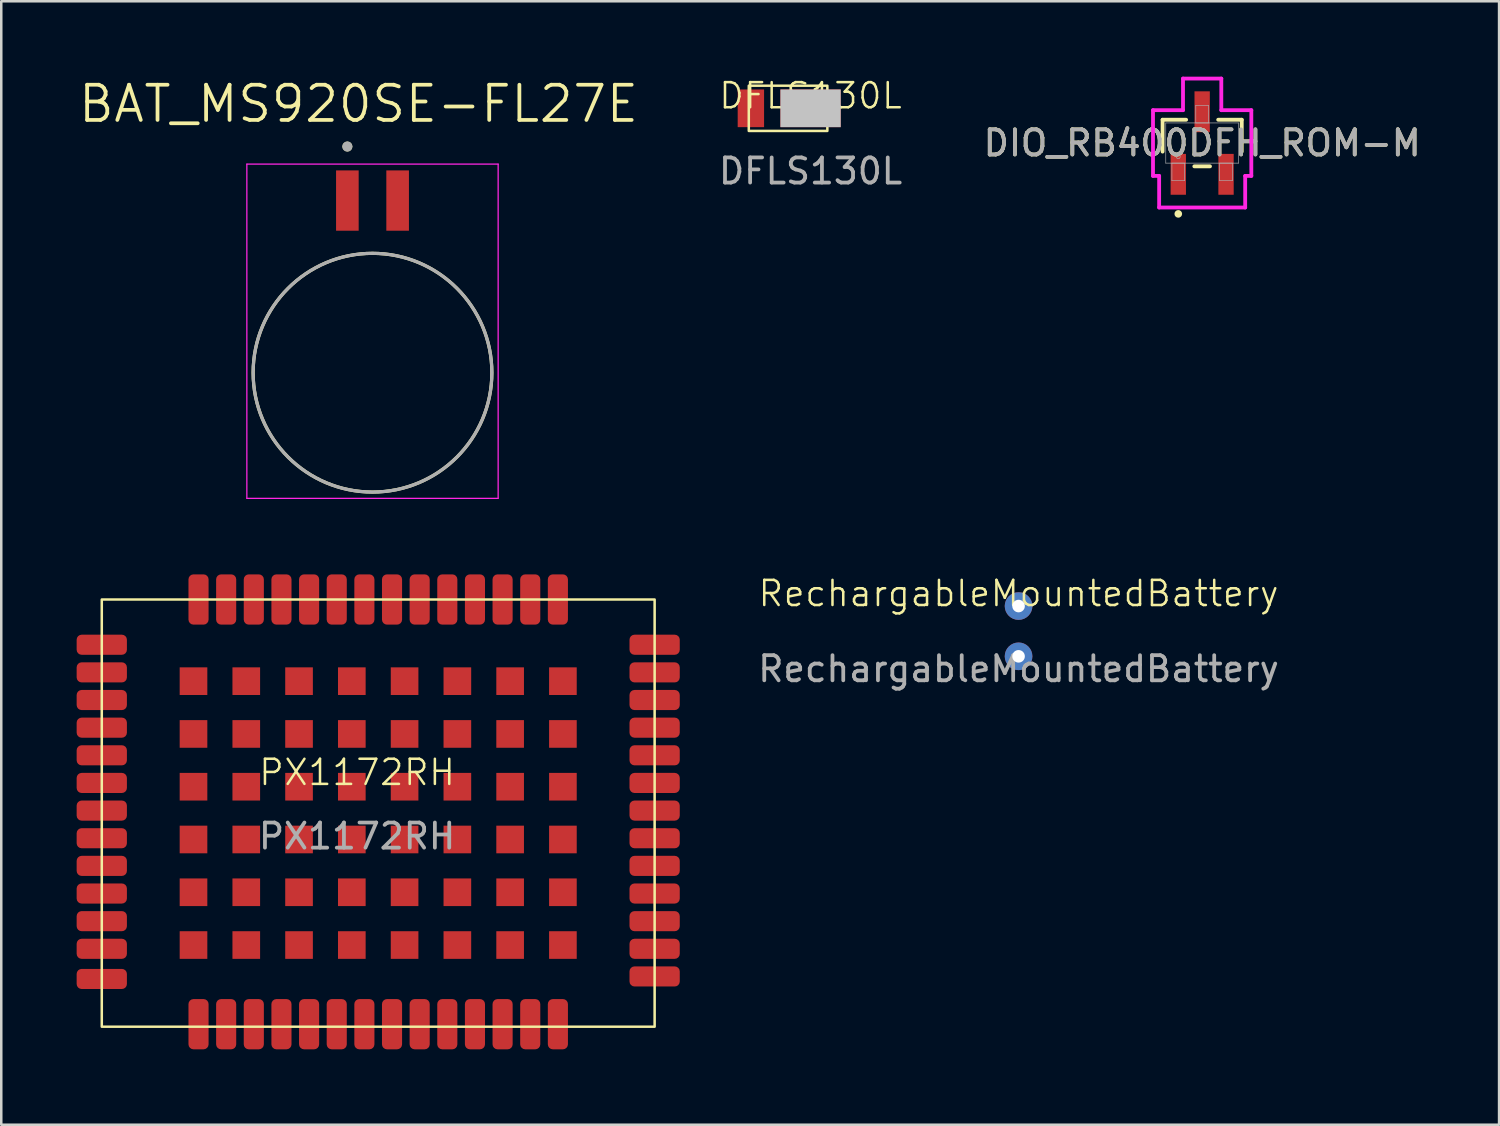
<source format=kicad_pcb>
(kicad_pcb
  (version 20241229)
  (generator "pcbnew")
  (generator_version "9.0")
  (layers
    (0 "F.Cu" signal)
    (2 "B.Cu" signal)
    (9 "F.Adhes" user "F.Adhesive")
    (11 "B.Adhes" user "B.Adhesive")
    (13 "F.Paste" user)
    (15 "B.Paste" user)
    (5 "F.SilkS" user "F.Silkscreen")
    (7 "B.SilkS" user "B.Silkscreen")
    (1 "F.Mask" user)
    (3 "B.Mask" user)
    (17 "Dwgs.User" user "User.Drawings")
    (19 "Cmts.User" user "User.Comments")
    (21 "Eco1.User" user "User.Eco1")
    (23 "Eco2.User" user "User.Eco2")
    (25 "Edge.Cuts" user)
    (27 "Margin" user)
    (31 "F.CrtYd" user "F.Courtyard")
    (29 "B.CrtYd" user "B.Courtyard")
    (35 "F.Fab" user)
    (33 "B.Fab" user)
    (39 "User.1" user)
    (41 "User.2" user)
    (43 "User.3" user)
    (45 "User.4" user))
  (footprint "BAT_MS920SE-FL27E"
    (layer "F.Cu")
    (at 11.773 11.781)
    (property "Reference" "BAT_MS920SE-FL27E" (at -0.555 -10.699 0) (layer "F.SilkS") (effects (font (size 1.4 1.4) (thickness 0.15))))
    (attr smd)
    (fp_circle (center -1 -9) (end -0.9 -9) (stroke (width 0.2) (type solid)) (fill no) (layer "F.SilkS"))
    (fp_circle (center 0 0) (end 4.75 0) (stroke (width 0.127) (type solid)) (fill no) (layer "F.SilkS"))
    (fp_line (start -5 -8.3) (end 5 -8.3) (stroke (width 0.05) (type solid)) (layer "F.CrtYd"))
    (fp_line (start -5 5) (end -5 -8.3) (stroke (width 0.05) (type solid)) (layer "F.CrtYd"))
    (fp_line (start 5 -8.3) (end 5 5) (stroke (width 0.05) (type solid)) (layer "F.CrtYd"))
    (fp_line (start 5 5) (end -5 5) (stroke (width 0.05) (type solid)) (layer "F.CrtYd"))
    (fp_circle (center -1 -9) (end -0.9 -9) (stroke (width 0.2) (type solid)) (fill no) (layer "F.Fab"))
    (fp_circle (center 0 0) (end 4.75 0) (stroke (width 0.127) (type solid)) (fill no) (layer "F.Fab"))
    (pad "N" smd rect (at 1 -6.85 90) (size 2.4 0.9) (layers "F.Cu" "F.Mask" "F.Paste"))
    (pad "P" smd rect (at -1 -6.85 90) (size 2.4 0.9) (layers "F.Cu" "F.Mask" "F.Paste")))
  (footprint "DFLS130L"
    (layer "F.Cu")
    (at 29.205 1.26)
    (property "Reference" "DFLS130L" (at 0 -0.5 0) (unlocked yes) (layer "F.SilkS") (effects (font (size 1 1) (thickness 0.1))))
    (attr smd)
    (fp_rect (start -2.458 -0.9) (end 0.668 0.9) (stroke (width 0.1) (type default)) (fill no) (layer "F.SilkS"))
    (fp_text user "${REFERENCE}" (at 0 2.5 0) (unlocked yes) (layer "F.Fab") (effects (font (size 1 1) (thickness 0.15))))
    (pad "1" smd rect (at 0 0) (size 2.4 1.5) (layers "F.Cu" "F.Mask" "F.Paste" "Dwgs.User"))
    (pad "2" smd rect (at -2.375 0) (size 1.05 1.5) (layers "F.Cu" "F.Mask" "F.Paste")))
  (footprint "DIO_RB400DFH_ROM-M"
    (layer "F.Cu")
    (at 44.788 2.642)
    (property "Reference" "DIO_RB400DFH_ROM-M" (at 0 0 0) (unlocked yes) (layer "F.SilkS") (effects (font (size 1 1) (thickness 0.15))))
    (attr smd)
    (fp_line (start -1.575 -0.927) (end -1.575 0.341) (stroke (width 0.152) (type solid)) (layer "F.SilkS"))
    (fp_line (start -0.638 -0.927) (end -1.575 -0.927) (stroke (width 0.152) (type solid)) (layer "F.SilkS"))
    (fp_line (start -0.312 0.927) (end 0.312 0.927) (stroke (width 0.152) (type solid)) (layer "F.SilkS"))
    (fp_line (start 1.575 -0.927) (end 0.638 -0.927) (stroke (width 0.152) (type solid)) (layer "F.SilkS"))
    (fp_line (start 1.575 0.341) (end 1.575 -0.927) (stroke (width 0.152) (type solid)) (layer "F.SilkS"))
    (fp_circle (center -0.95 2.819) (end -0.874 2.819) (stroke (width 0.152) (type solid)) (fill no) (layer "F.SilkS"))
    (fp_line (start -1.956 -1.308) (end -0.762 -1.308) (stroke (width 0.152) (type solid)) (layer "F.CrtYd"))
    (fp_line (start -1.956 1.308) (end -1.956 -1.308) (stroke (width 0.152) (type solid)) (layer "F.CrtYd"))
    (fp_line (start -1.956 1.308) (end -1.712 1.308) (stroke (width 0.152) (type solid)) (layer "F.CrtYd"))
    (fp_line (start -1.712 1.308) (end -1.712 2.565) (stroke (width 0.152) (type solid)) (layer "F.CrtYd"))
    (fp_line (start -1.712 2.565) (end 1.712 2.565) (stroke (width 0.152) (type solid)) (layer "F.CrtYd"))
    (fp_line (start -0.762 -2.565) (end 0.762 -2.565) (stroke (width 0.152) (type solid)) (layer "F.CrtYd"))
    (fp_line (start -0.762 -1.308) (end -0.762 -2.565) (stroke (width 0.152) (type solid)) (layer "F.CrtYd"))
    (fp_line (start 0.762 -1.308) (end 0.762 -2.565) (stroke (width 0.152) (type solid)) (layer "F.CrtYd"))
    (fp_line (start 1.712 1.308) (end 1.712 2.565) (stroke (width 0.152) (type solid)) (layer "F.CrtYd"))
    (fp_line (start 1.956 -1.308) (end 0.762 -1.308) (stroke (width 0.152) (type solid)) (layer "F.CrtYd"))
    (fp_line (start 1.956 -1.308) (end 1.956 1.308) (stroke (width 0.152) (type solid)) (layer "F.CrtYd"))
    (fp_line (start 1.956 1.308) (end 1.712 1.308) (stroke (width 0.152) (type solid)) (layer "F.CrtYd"))
    (fp_line (start -1.448 -0.8) (end -1.448 0.8) (stroke (width 0.025) (type solid)) (layer "F.Fab"))
    (fp_line (start -1.448 0.8) (end 1.448 0.8) (stroke (width 0.025) (type solid)) (layer "F.Fab"))
    (fp_line (start -1.204 0.8) (end -1.204 1.499) (stroke (width 0.025) (type solid)) (layer "F.Fab"))
    (fp_line (start -1.204 1.499) (end -0.696 1.499) (stroke (width 0.025) (type solid)) (layer "F.Fab"))
    (fp_line (start -0.696 0.8) (end -1.204 0.8) (stroke (width 0.025) (type solid)) (layer "F.Fab"))
    (fp_line (start -0.696 1.499) (end -0.696 0.8) (stroke (width 0.025) (type solid)) (layer "F.Fab"))
    (fp_line (start -0.254 -1.499) (end -0.254 -0.8) (stroke (width 0.025) (type solid)) (layer "F.Fab"))
    (fp_line (start -0.254 -0.8) (end 0.254 -0.8) (stroke (width 0.025) (type solid)) (layer "F.Fab"))
    (fp_line (start 0.254 -1.499) (end -0.254 -1.499) (stroke (width 0.025) (type solid)) (layer "F.Fab"))
    (fp_line (start 0.254 -0.8) (end 0.254 -1.499) (stroke (width 0.025) (type solid)) (layer "F.Fab"))
    (fp_line (start 0.696 0.8) (end 0.696 1.499) (stroke (width 0.025) (type solid)) (layer "F.Fab"))
    (fp_line (start 0.696 1.499) (end 1.204 1.499) (stroke (width 0.025) (type solid)) (layer "F.Fab"))
    (fp_line (start 1.204 0.8) (end 0.696 0.8) (stroke (width 0.025) (type solid)) (layer "F.Fab"))
    (fp_line (start 1.204 1.499) (end 1.204 0.8) (stroke (width 0.025) (type solid)) (layer "F.Fab"))
    (fp_line (start 1.448 -0.8) (end -1.448 -0.8) (stroke (width 0.025) (type solid)) (layer "F.Fab"))
    (fp_line (start 1.448 0.8) (end 1.448 -0.8) (stroke (width 0.025) (type solid)) (layer "F.Fab"))
    (fp_circle (center -0.95 0.546) (end -0.874 0.546) (stroke (width 0.025) (type solid)) (fill no) (layer "F.Fab"))
    (fp_text user "${REFERENCE}" (at 0 0 0) (unlocked yes) (layer "F.Fab") (effects (font (size 1 1) (thickness 0.15))))
    (pad "1" smd rect (at -0.95 1.245) (size 0.61 1.626) (layers "F.Cu" "F.Mask" "F.Paste"))
    (pad "2" smd rect (at 0.95 1.245) (size 0.61 1.626) (layers "F.Cu" "F.Mask" "F.Paste"))
    (pad "3" smd rect (at 0 -1.245) (size 0.61 1.626) (layers "F.Cu" "F.Mask" "F.Paste")))
  (footprint "RechargableMountedBattery"
    (layer "F.Cu")
    (at 37.482 21.067)
    (property "Reference" "RechargableMountedBattery" (at 0 -0.5 0) (unlocked yes) (layer "F.SilkS") (effects (font (size 1 1) (thickness 0.1))))
    (attr smd)
    (fp_text user "${REFERENCE}" (at 0 2.5 0) (unlocked yes) (layer "F.Fab") (effects (font (size 1 1) (thickness 0.15))))
    (pad "1" thru_hole circle (at 0 0) (size 1.1 1.1) (drill 0.5) (layers "*.Cu" "*.Mask"))
    (pad "1" thru_hole circle (at 0 2) (size 1.1 1.1) (drill 0.5) (layers "*.Cu" "*.Mask")))
  (footprint "PX1172RH"
    (layer "F.Cu")
    (at 1 22.606)
    (property "Reference" "PX1172RH" (at 10.16 5.08 0) (unlocked yes) (layer "F.SilkS") (effects (font (size 1 1) (thickness 0.1))))
    (attr smd)
    (fp_rect (start 0 -1.8) (end 22 15.2) (stroke (width 0.1) (type default)) (fill no) (layer "F.SilkS"))
    (fp_text user "${REFERENCE}" (at 10.16 7.62 0) (unlocked yes) (layer "F.Fab") (effects (font (size 1 1) (thickness 0.15))))
    (pad "1" smd roundrect (at 3.85 15.1 90) (size 2 0.8) (layers "F.Cu" "F.Mask" "F.Paste") (roundrect_rratio 0.25))
    (pad "1$" smd rect (at 3.65 1.45) (size 1.1 1.1) (layers "F.Cu" "F.Mask" "F.Paste"))
    (pad "1$" smd rect (at 3.65 3.55) (size 1.1 1.1) (layers "F.Cu" "F.Mask" "F.Paste"))
    (pad "1$" smd rect (at 3.65 5.65) (size 1.1 1.1) (layers "F.Cu" "F.Mask" "F.Paste"))
    (pad "1$" smd rect (at 3.65 7.75) (size 1.1 1.1) (layers "F.Cu" "F.Mask" "F.Paste"))
    (pad "1$" smd rect (at 3.65 9.85) (size 1.1 1.1) (layers "F.Cu" "F.Mask" "F.Paste"))
    (pad "1$" smd rect (at 3.65 11.95) (size 1.1 1.1) (layers "F.Cu" "F.Mask" "F.Paste"))
    (pad "1$" smd rect (at 5.75 1.45) (size 1.1 1.1) (layers "F.Cu" "F.Mask" "F.Paste"))
    (pad "1$" smd rect (at 5.75 3.55) (size 1.1 1.1) (layers "F.Cu" "F.Mask" "F.Paste"))
    (pad "1$" smd rect (at 5.75 5.65) (size 1.1 1.1) (layers "F.Cu" "F.Mask" "F.Paste"))
    (pad "1$" smd rect (at 5.75 7.75) (size 1.1 1.1) (layers "F.Cu" "F.Mask" "F.Paste"))
    (pad "1$" smd rect (at 5.75 9.85) (size 1.1 1.1) (layers "F.Cu" "F.Mask" "F.Paste"))
    (pad "1$" smd rect (at 5.75 11.95) (size 1.1 1.1) (layers "F.Cu" "F.Mask" "F.Paste"))
    (pad "1$" smd rect (at 7.85 1.45) (size 1.1 1.1) (layers "F.Cu" "F.Mask" "F.Paste"))
    (pad "1$" smd rect (at 7.85 3.55) (size 1.1 1.1) (layers "F.Cu" "F.Mask" "F.Paste"))
    (pad "1$" smd rect (at 7.85 5.65) (size 1.1 1.1) (layers "F.Cu" "F.Mask" "F.Paste"))
    (pad "1$" smd rect (at 7.85 7.75) (size 1.1 1.1) (layers "F.Cu" "F.Mask" "F.Paste"))
    (pad "1$" smd rect (at 7.85 9.85) (size 1.1 1.1) (layers "F.Cu" "F.Mask" "F.Paste"))
    (pad "1$" smd rect (at 7.85 11.95) (size 1.1 1.1) (layers "F.Cu" "F.Mask" "F.Paste"))
    (pad "1$" smd rect (at 9.95 1.45) (size 1.1 1.1) (layers "F.Cu" "F.Mask" "F.Paste"))
    (pad "1$" smd rect (at 9.95 3.55) (size 1.1 1.1) (layers "F.Cu" "F.Mask" "F.Paste"))
    (pad "1$" smd rect (at 9.95 5.65) (size 1.1 1.1) (layers "F.Cu" "F.Mask" "F.Paste"))
    (pad "1$" smd rect (at 9.95 7.75) (size 1.1 1.1) (layers "F.Cu" "F.Mask" "F.Paste"))
    (pad "1$" smd rect (at 9.95 9.85) (size 1.1 1.1) (layers "F.Cu" "F.Mask" "F.Paste"))
    (pad "1$" smd rect (at 9.95 11.95) (size 1.1 1.1) (layers "F.Cu" "F.Mask" "F.Paste"))
    (pad "1$" smd rect (at 12.05 1.45) (size 1.1 1.1) (layers "F.Cu" "F.Mask" "F.Paste"))
    (pad "1$" smd rect (at 12.05 3.55) (size 1.1 1.1) (layers "*.Paste" "F.Cu" "F.Mask"))
    (pad "1$" smd rect (at 12.05 5.65) (size 1.1 1.1) (layers "F.Cu" "F.Mask" "F.Paste"))
    (pad "1$" smd rect (at 12.05 7.75) (size 1.1 1.1) (layers "F.Cu" "F.Mask" "F.Paste"))
    (pad "1$" smd rect (at 12.05 9.85) (size 1.1 1.1) (layers "F.Cu" "F.Mask" "F.Paste"))
    (pad "1$" smd rect (at 12.05 11.95) (size 1.1 1.1) (layers "F.Cu" "F.Mask" "F.Paste"))
    (pad "1$" smd rect (at 14.15 1.45) (size 1.1 1.1) (layers "F.Cu" "F.Mask" "F.Paste"))
    (pad "1$" smd rect (at 14.15 3.55) (size 1.1 1.1) (layers "F.Cu" "F.Mask" "F.Paste"))
    (pad "1$" smd rect (at 14.15 5.65) (size 1.1 1.1) (layers "F.Cu" "F.Mask" "F.Paste"))
    (pad "1$" smd rect (at 14.15 7.75) (size 1.1 1.1) (layers "F.Cu" "F.Mask" "F.Paste"))
    (pad "1$" smd rect (at 14.15 9.85) (size 1.1 1.1) (layers "F.Cu" "F.Mask" "F.Paste"))
    (pad "1$" smd rect (at 14.15 11.95) (size 1.1 1.1) (layers "F.Cu" "F.Mask" "F.Paste"))
    (pad "1$" smd rect (at 16.25 1.45) (size 1.1 1.1) (layers "F.Cu" "F.Mask" "F.Paste"))
    (pad "1$" smd rect (at 16.25 3.55) (size 1.1 1.1) (layers "F.Cu" "F.Mask" "F.Paste"))
    (pad "1$" smd rect (at 16.25 5.65) (size 1.1 1.1) (layers "F.Cu" "F.Mask" "F.Paste"))
    (pad "1$" smd rect (at 16.25 7.75) (size 1.1 1.1) (layers "F.Cu" "F.Mask" "F.Paste"))
    (pad "1$" smd rect (at 16.25 9.85) (size 1.1 1.1) (layers "F.Cu" "F.Mask" "F.Paste"))
    (pad "1$" smd rect (at 16.25 11.95) (size 1.1 1.1) (layers "F.Cu" "F.Mask" "F.Paste"))
    (pad "1$" smd rect (at 18.35 1.45) (size 1.1 1.1) (layers "F.Cu" "F.Mask" "F.Paste"))
    (pad "1$" smd rect (at 18.35 3.55) (size 1.1 1.1) (layers "F.Cu" "F.Mask" "F.Paste"))
    (pad "1$" smd rect (at 18.35 5.65) (size 1.1 1.1) (layers "F.Cu" "F.Mask" "F.Paste"))
    (pad "1$" smd rect (at 18.35 7.75) (size 1.1 1.1) (layers "F.Cu" "F.Mask" "F.Paste"))
    (pad "1$" smd rect (at 18.35 9.85) (size 1.1 1.1) (layers "F.Cu" "F.Mask" "F.Paste"))
    (pad "1$" smd rect (at 18.35 11.95) (size 1.1 1.1) (layers "F.Cu" "F.Mask" "F.Paste"))
    (pad "2" smd roundrect (at 4.95 15.1 90) (size 2 0.8) (layers "F.Cu" "F.Mask" "F.Paste") (roundrect_rratio 0.25))
    (pad "3" smd roundrect (at 6.05 15.1 90) (size 2 0.8) (layers "F.Cu" "F.Mask" "F.Paste") (roundrect_rratio 0.25))
    (pad "4" smd roundrect (at 7.15 15.1 90) (size 2 0.8) (layers "F.Cu" "F.Mask" "F.Paste") (roundrect_rratio 0.25))
    (pad "5" smd roundrect (at 8.25 15.1 90) (size 2 0.8) (layers "F.Cu" "F.Mask" "F.Paste") (roundrect_rratio 0.25))
    (pad "6" smd roundrect (at 9.35 15.1 90) (size 2 0.8) (layers "F.Cu" "F.Mask" "F.Paste") (roundrect_rratio 0.25))
    (pad "7" smd roundrect (at 10.45 15.1 90) (size 2 0.8) (layers "F.Cu" "F.Mask" "F.Paste") (roundrect_rratio 0.25))
    (pad "8" smd roundrect (at 11.55 15.1 90) (size 2 0.8) (layers "F.Cu" "F.Mask" "F.Paste") (roundrect_rratio 0.25))
    (pad "9" smd roundrect (at 12.65 15.1 90) (size 2 0.8) (layers "F.Cu" "F.Mask" "F.Paste") (roundrect_rratio 0.25))
    (pad "10" smd roundrect (at 13.75 15.1 90) (size 2 0.8) (layers "F.Cu" "F.Mask" "F.Paste") (roundrect_rratio 0.25))
    (pad "11" smd roundrect (at 14.85 15.1 90) (size 2 0.8) (layers "F.Cu" "F.Mask" "F.Paste") (roundrect_rratio 0.25))
    (pad "12" smd roundrect (at 15.95 15.1 90) (size 2 0.8) (layers "F.Cu" "F.Mask" "F.Paste") (roundrect_rratio 0.25))
    (pad "13" smd roundrect (at 17.05 15.1 90) (size 2 0.8) (layers "F.Cu" "F.Mask" "F.Paste") (roundrect_rratio 0.25))
    (pad "14" smd roundrect (at 18.15 15.1 90) (size 2 0.8) (layers "F.Cu" "F.Mask" "F.Paste") (roundrect_rratio 0.25))
    (pad "15" smd roundrect (at 22 13.2) (size 2 0.8) (layers "F.Cu" "F.Mask" "F.Paste") (roundrect_rratio 0.25))
    (pad "16" smd roundrect (at 22 12.1) (size 2 0.8) (layers "F.Cu" "F.Mask" "F.Paste") (roundrect_rratio 0.25))
    (pad "17" smd roundrect (at 22 11) (size 2 0.8) (layers "F.Cu" "F.Mask" "F.Paste") (roundrect_rratio 0.25))
    (pad "18" smd roundrect (at 22 9.9) (size 2 0.8) (layers "F.Cu" "F.Mask" "F.Paste") (roundrect_rratio 0.25))
    (pad "19" smd roundrect (at 22 8.8) (size 2 0.8) (layers "F.Cu" "F.Mask" "F.Paste") (roundrect_rratio 0.25))
    (pad "20" smd roundrect (at 22 7.7) (size 2 0.8) (layers "F.Cu" "F.Mask" "F.Paste") (roundrect_rratio 0.25))
    (pad "21" smd roundrect (at 22 6.6) (size 2 0.8) (layers "F.Cu" "F.Mask" "F.Paste") (roundrect_rratio 0.25))
    (pad "22" smd roundrect (at 22 5.5) (size 2 0.8) (layers "F.Cu" "F.Mask" "F.Paste") (roundrect_rratio 0.25))
    (pad "23" smd roundrect (at 22 4.4) (size 2 0.8) (layers "F.Cu" "F.Mask" "F.Paste") (roundrect_rratio 0.25))
    (pad "24" smd roundrect (at 22 3.3) (size 2 0.8) (layers "F.Cu" "F.Mask" "F.Paste") (roundrect_rratio 0.25))
    (pad "25" smd roundrect (at 22 2.2) (size 2 0.8) (layers "F.Cu" "F.Mask") (roundrect_rratio 0.25))
    (pad "26" smd roundrect (at 22 1.1) (size 2 0.8) (layers "F.Cu" "F.Mask" "F.Paste") (roundrect_rratio 0.25))
    (pad "27" smd roundrect (at 22 0) (size 2 0.8) (layers "F.Cu" "F.Mask" "F.Paste") (roundrect_rratio 0.25))
    (pad "29" smd roundrect (at 17.05 -1.8 90) (size 2 0.8) (layers "F.Cu" "F.Mask" "F.Paste") (roundrect_rratio 0.25))
    (pad "29" smd roundrect (at 18.15 -1.8 90) (size 2 0.8) (layers "F.Cu" "F.Mask" "F.Paste") (roundrect_rratio 0.25))
    (pad "30" smd roundrect (at 15.95 -1.8 90) (size 2 0.8) (layers "F.Cu" "F.Mask" "F.Paste") (roundrect_rratio 0.25))
    (pad "31" smd roundrect (at 14.85 -1.8 90) (size 2 0.8) (layers "F.Cu" "F.Mask" "F.Paste") (roundrect_rratio 0.25))
    (pad "32" smd roundrect (at 13.75 -1.8 90) (size 2 0.8) (layers "F.Cu" "F.Mask" "F.Paste") (roundrect_rratio 0.25))
    (pad "33" smd roundrect (at 12.65 -1.8 90) (size 2 0.8) (layers "F.Cu" "F.Mask" "F.Paste") (roundrect_rratio 0.25))
    (pad "34" smd roundrect (at 11.55 -1.8 90) (size 2 0.8) (layers "F.Cu" "F.Mask" "F.Paste") (roundrect_rratio 0.25))
    (pad "35" smd roundrect (at 10.45 -1.8 90) (size 2 0.8) (layers "F.Cu" "F.Mask" "F.Paste") (roundrect_rratio 0.25))
    (pad "36" smd roundrect (at 9.35 -1.8 90) (size 2 0.8) (layers "F.Cu" "F.Mask" "F.Paste") (roundrect_rratio 0.25))
    (pad "37" smd roundrect (at 8.25 -1.8 90) (size 2 0.8) (layers "F.Cu" "F.Mask" "F.Paste") (roundrect_rratio 0.25))
    (pad "38" smd roundrect (at 7.15 -1.8 90) (size 2 0.8) (layers "F.Cu" "F.Mask" "F.Paste") (roundrect_rratio 0.25))
    (pad "39" smd roundrect (at 6.05 -1.8 90) (size 2 0.8) (layers "F.Cu" "F.Mask" "F.Paste") (roundrect_rratio 0.25))
    (pad "40" smd roundrect (at 4.95 -1.8 90) (size 2 0.8) (layers "F.Cu" "F.Mask" "F.Paste") (roundrect_rratio 0.25))
    (pad "41" smd roundrect (at 3.85 -1.8 90) (size 2 0.8) (layers "F.Cu" "F.Mask" "F.Paste") (roundrect_rratio 0.25))
    (pad "42" smd roundrect (at 0 0) (size 2 0.8) (layers "F.Cu" "F.Mask" "F.Paste") (roundrect_rratio 0.25))
    (pad "43" smd roundrect (at 0 1.1) (size 2 0.8) (layers "F.Cu" "F.Mask" "F.Paste") (roundrect_rratio 0.25))
    (pad "44" smd roundrect (at 0 2.2) (size 2 0.8) (layers "F.Cu" "F.Mask" "F.Paste") (roundrect_rratio 0.25))
    (pad "45" smd roundrect (at 0 3.3) (size 2 0.8) (layers "F.Cu" "F.Mask" "F.Paste") (roundrect_rratio 0.25))
    (pad "46" smd roundrect (at 0 4.4) (size 2 0.8) (layers "F.Cu" "F.Mask" "F.Paste") (roundrect_rratio 0.25))
    (pad "47" smd roundrect (at 0 5.5) (size 2 0.8) (layers "F.Cu" "F.Mask" "F.Paste") (roundrect_rratio 0.25))
    (pad "48" smd roundrect (at 0 6.6) (size 2 0.8) (layers "F.Cu" "F.Mask" "F.Paste") (roundrect_rratio 0.25))
    (pad "49" smd roundrect (at 0 7.7) (size 2 0.8) (layers "F.Cu" "F.Mask" "F.Paste") (roundrect_rratio 0.25))
    (pad "50" smd roundrect (at 0 8.8) (size 2 0.8) (layers "F.Cu" "F.Mask" "F.Paste") (roundrect_rratio 0.25))
    (pad "51" smd roundrect (at 0 9.9) (size 2 0.8) (layers "F.Cu" "F.Mask" "F.Paste") (roundrect_rratio 0.25))
    (pad "52" smd roundrect (at 0 11) (size 2 0.8) (layers "F.Cu" "F.Mask" "F.Paste") (roundrect_rratio 0.25))
    (pad "53" smd roundrect (at 0 12.1) (size 2 0.8) (layers "F.Cu" "F.Mask" "F.Paste") (roundrect_rratio 0.25))
    (pad "54" smd roundrect (at 0 13.3) (size 2 0.8) (layers "F.Cu" "F.Mask" "F.Paste") (roundrect_rratio 0.25)))
  (gr_rect
    (start -3 -3)
    (end 56.603 41.706)
    (stroke (width 0.1) (type default))
    (fill no)
    (layer "Edge.Cuts")))
</source>
